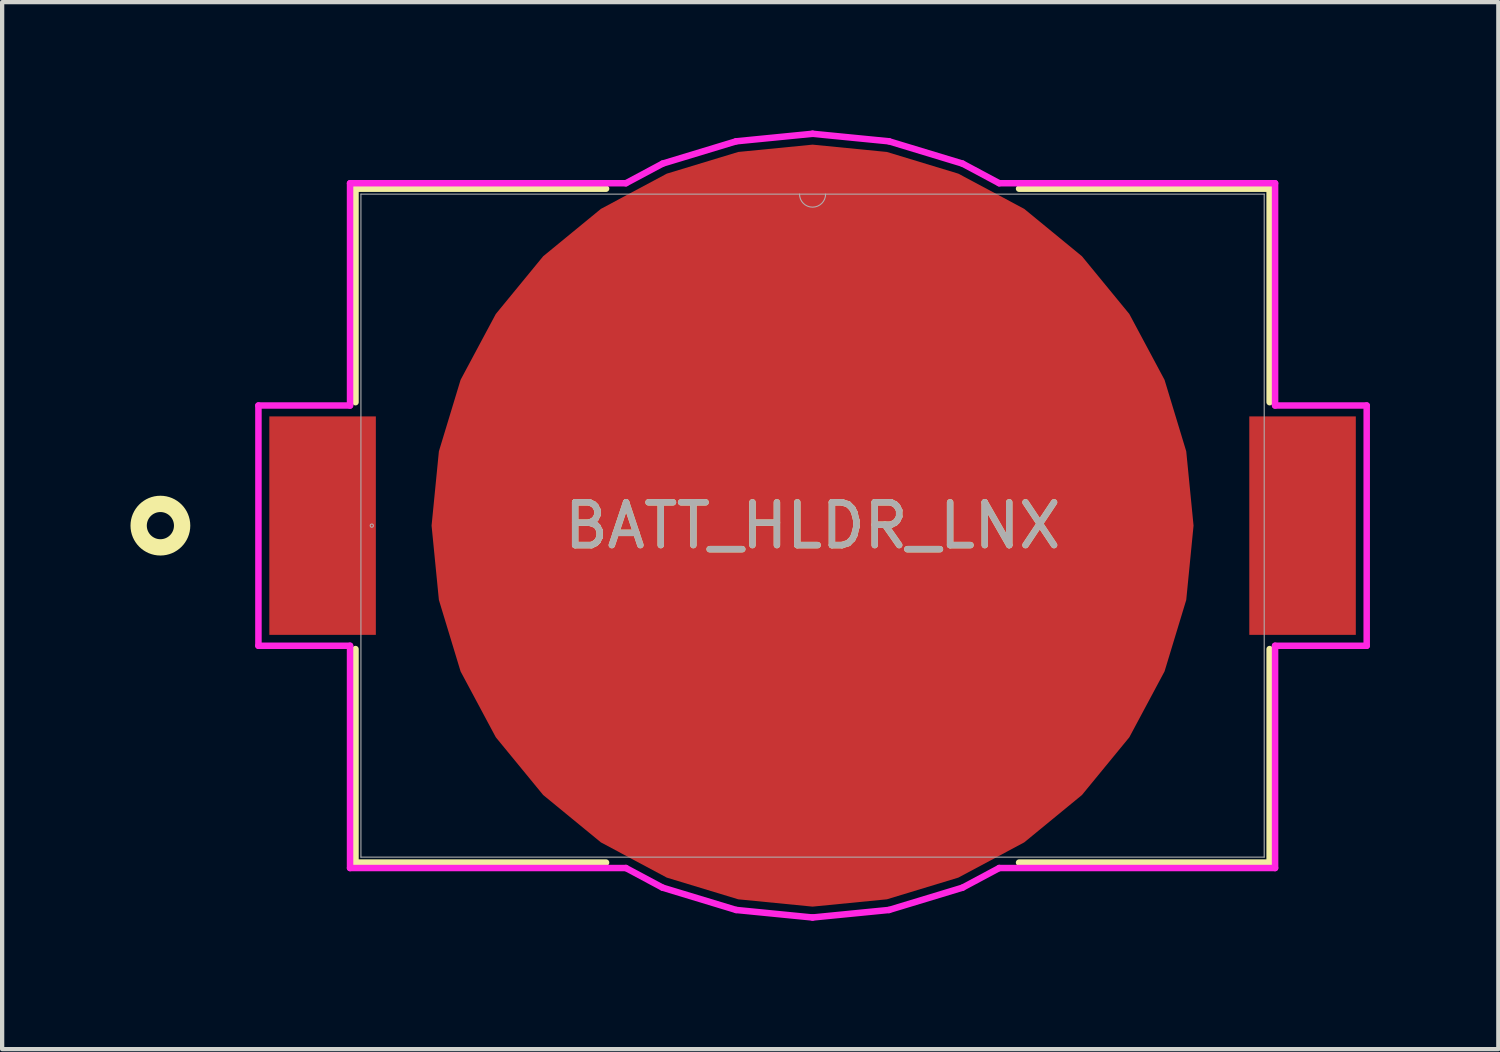
<source format=kicad_pcb>
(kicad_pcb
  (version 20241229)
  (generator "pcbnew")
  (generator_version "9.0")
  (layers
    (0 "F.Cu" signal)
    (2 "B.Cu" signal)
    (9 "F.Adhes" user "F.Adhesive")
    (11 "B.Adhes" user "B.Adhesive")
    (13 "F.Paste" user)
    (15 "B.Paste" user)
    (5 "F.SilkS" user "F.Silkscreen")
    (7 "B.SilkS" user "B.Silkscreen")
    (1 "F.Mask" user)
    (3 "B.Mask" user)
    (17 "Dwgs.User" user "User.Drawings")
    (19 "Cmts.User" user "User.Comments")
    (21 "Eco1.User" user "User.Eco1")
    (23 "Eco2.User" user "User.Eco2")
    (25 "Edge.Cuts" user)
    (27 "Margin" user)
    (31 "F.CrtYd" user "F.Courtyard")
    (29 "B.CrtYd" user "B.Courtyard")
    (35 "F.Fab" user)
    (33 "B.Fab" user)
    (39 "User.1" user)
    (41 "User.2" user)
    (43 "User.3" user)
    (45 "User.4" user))
  (footprint "BATT_HLDR_LNX"
    (layer "F.Cu")
    (at 15.938 9.233)
    (property "Reference" "BATT_HLDR_LNX" (at 0 0 0) (unlocked yes) (layer "F.SilkS") (effects (font (size 1 1) (thickness 0.15))))
    (attr smd)
    (fp_poly (pts (xy 8.903 0) (xy 8.732 -1.737) (xy 8.225 -3.407) (xy 7.402 -4.946) (xy 6.295 -6.295) (xy 4.946 -7.402) (xy 3.407 -8.225) (xy 1.737 -8.732) (xy 0 -8.903) (xy -1.737 -8.732) (xy -3.407 -8.225) (xy -4.946 -7.402) (xy -6.295 -6.295) (xy -7.402 -4.946) (xy -8.225 -3.407) (xy -8.732 -1.737) (xy -8.903 0) (xy -8.732 1.737) (xy -8.225 3.407) (xy -7.402 4.946) (xy -6.295 6.295) (xy -4.946 7.402) (xy -3.407 8.225) (xy -1.737 8.732) (xy 0 8.903) (xy 1.737 8.732) (xy 3.407 8.225) (xy 4.946 7.402) (xy 6.295 6.295) (xy 7.402 4.946) (xy 8.225 3.407) (xy 8.732 1.737)) (stroke (width 0) (type solid)) (fill yes) (layer "F.Cu"))
    (fp_poly (pts (xy 8.903 0) (xy 8.732 -1.737) (xy 8.225 -3.407) (xy 7.402 -4.946) (xy 6.295 -6.295) (xy 4.946 -7.402) (xy 3.407 -8.225) (xy 1.737 -8.732) (xy 0 -8.903) (xy -1.737 -8.732) (xy -3.407 -8.225) (xy -4.946 -7.402) (xy -6.295 -6.295) (xy -7.402 -4.946) (xy -8.225 -3.407) (xy -8.732 -1.737) (xy -8.903 0) (xy -8.732 1.737) (xy -8.225 3.407) (xy -7.402 4.946) (xy -6.295 6.295) (xy -4.946 7.402) (xy -3.407 8.225) (xy -1.737 8.732) (xy 0 8.903) (xy 1.737 8.732) (xy 3.407 8.225) (xy 4.946 7.402) (xy 6.295 6.295) (xy 7.402 4.946) (xy 8.225 3.407) (xy 8.732 1.737)) (stroke (width 0) (type solid)) (fill yes) (layer "F.Mask"))
    (fp_line (start -10.681 -7.874) (end -10.681 -2.885) (stroke (width 0.152) (type solid)) (layer "F.SilkS"))
    (fp_line (start -10.681 2.885) (end -10.681 7.874) (stroke (width 0.152) (type solid)) (layer "F.SilkS"))
    (fp_line (start -10.681 7.874) (end -4.826 7.874) (stroke (width 0.152) (type solid)) (layer "F.SilkS"))
    (fp_line (start -4.826 -7.874) (end -10.681 -7.874) (stroke (width 0.152) (type solid)) (layer "F.SilkS"))
    (fp_line (start 4.826 7.874) (end 10.681 7.874) (stroke (width 0.152) (type solid)) (layer "F.SilkS"))
    (fp_line (start 10.681 -7.874) (end 4.826 -7.874) (stroke (width 0.152) (type solid)) (layer "F.SilkS"))
    (fp_line (start 10.681 -2.885) (end 10.681 -7.874) (stroke (width 0.152) (type solid)) (layer "F.SilkS"))
    (fp_line (start 10.681 7.874) (end 10.681 2.885) (stroke (width 0.152) (type solid)) (layer "F.SilkS"))
    (fp_circle (center -15.24 0) (end -14.732 0) (stroke (width 0.381) (type solid)) (fill no) (layer "F.SilkS"))
    (fp_poly (pts (xy 8.903 0) (xy 8.732 -1.737) (xy 8.225 -3.407) (xy 7.402 -4.946) (xy 6.295 -6.295) (xy 4.946 -7.402) (xy 3.407 -8.225) (xy 1.737 -8.732) (xy 0 -8.903) (xy -1.737 -8.732) (xy -3.407 -8.225) (xy -4.946 -7.402) (xy -6.295 -6.295) (xy -7.402 -4.946) (xy -8.225 -3.407) (xy -8.732 -1.737) (xy -8.903 0) (xy -8.732 1.737) (xy -8.225 3.407) (xy -7.402 4.946) (xy -6.295 6.295) (xy -4.946 7.402) (xy -3.407 8.225) (xy -1.737 8.732) (xy 0 8.903) (xy 1.737 8.732) (xy 3.407 8.225) (xy 4.946 7.402) (xy 6.295 6.295) (xy 7.402 4.946) (xy 8.225 3.407) (xy 8.732 1.737)) (stroke (width 0) (type solid)) (fill yes) (layer "F.Paste"))
    (fp_line (start -12.949 -2.807) (end -12.949 2.807) (stroke (width 0.152) (type solid)) (layer "F.CrtYd"))
    (fp_line (start -12.949 2.807) (end -10.808 2.807) (stroke (width 0.152) (type solid)) (layer "F.CrtYd"))
    (fp_line (start -10.808 -8.001) (end -10.808 -2.807) (stroke (width 0.152) (type solid)) (layer "F.CrtYd"))
    (fp_line (start -10.808 -2.807) (end -12.949 -2.807) (stroke (width 0.152) (type solid)) (layer "F.CrtYd"))
    (fp_line (start -10.808 2.807) (end -10.808 8.001) (stroke (width 0.152) (type solid)) (layer "F.CrtYd"))
    (fp_line (start -10.808 8.001) (end -4.362 8.001) (stroke (width 0.152) (type solid)) (layer "F.CrtYd"))
    (fp_line (start -4.362 -8.001) (end -10.808 -8.001) (stroke (width 0.152) (type solid)) (layer "F.CrtYd"))
    (fp_line (start -4.362 8.001) (end -3.504 8.46) (stroke (width 0.152) (type solid)) (layer "F.CrtYd"))
    (fp_line (start -3.504 8.46) (end -1.786 8.981) (stroke (width 0.152) (type solid)) (layer "F.CrtYd"))
    (fp_line (start -3.504 -8.46) (end -4.362 -8.001) (stroke (width 0.152) (type solid)) (layer "F.CrtYd"))
    (fp_line (start -1.786 8.981) (end -0.000001 9.157) (stroke (width 0.152) (type solid)) (layer "F.CrtYd"))
    (fp_line (start -1.786 -8.981) (end -3.504 -8.46) (stroke (width 0.152) (type solid)) (layer "F.CrtYd"))
    (fp_line (start -0.000001 9.157) (end 1.786 8.981) (stroke (width 0.152) (type solid)) (layer "F.CrtYd"))
    (fp_line (start 0 -9.157) (end -1.786 -8.981) (stroke (width 0.152) (type solid)) (layer "F.CrtYd"))
    (fp_line (start 1.786 8.981) (end 3.504 8.46) (stroke (width 0.152) (type solid)) (layer "F.CrtYd"))
    (fp_line (start 1.786 -8.981) (end 0 -9.157) (stroke (width 0.152) (type solid)) (layer "F.CrtYd"))
    (fp_line (start 3.504 -8.46) (end 1.786 -8.981) (stroke (width 0.152) (type solid)) (layer "F.CrtYd"))
    (fp_line (start 3.504 8.46) (end 4.362 8.001) (stroke (width 0.152) (type solid)) (layer "F.CrtYd"))
    (fp_line (start 4.362 -8.001) (end 3.504 -8.46) (stroke (width 0.152) (type solid)) (layer "F.CrtYd"))
    (fp_line (start 4.362 8.001) (end 10.808 8.001) (stroke (width 0.152) (type solid)) (layer "F.CrtYd"))
    (fp_line (start 10.808 -8.001) (end 4.362 -8.001) (stroke (width 0.152) (type solid)) (layer "F.CrtYd"))
    (fp_line (start 10.808 -2.807) (end 10.808 -8.001) (stroke (width 0.152) (type solid)) (layer "F.CrtYd"))
    (fp_line (start 10.808 2.807) (end 12.949 2.807) (stroke (width 0.152) (type solid)) (layer "F.CrtYd"))
    (fp_line (start 10.808 8.001) (end 10.808 2.807) (stroke (width 0.152) (type solid)) (layer "F.CrtYd"))
    (fp_line (start 12.949 -2.807) (end 10.808 -2.807) (stroke (width 0.152) (type solid)) (layer "F.CrtYd"))
    (fp_line (start 12.949 2.807) (end 12.949 -2.807) (stroke (width 0.152) (type solid)) (layer "F.CrtYd"))
    (fp_line (start -10.554 -7.747) (end -10.554 7.747) (stroke (width 0.025) (type solid)) (layer "F.Fab"))
    (fp_line (start -10.554 7.747) (end 10.554 7.747) (stroke (width 0.025) (type solid)) (layer "F.Fab"))
    (fp_line (start 10.554 -7.747) (end -10.554 -7.747) (stroke (width 0.025) (type solid)) (layer "F.Fab"))
    (fp_line (start 10.554 7.747) (end 10.554 -7.747) (stroke (width 0.025) (type solid)) (layer "F.Fab"))
    (fp_arc (start 0.3048 -7.747) (mid 0 -7.4422) (end -0.3048 -7.747) (stroke (width 0.0254) (type solid)) (layer "F.Fab"))
    (fp_circle (center -10.3 0) (end -10.262 0) (stroke (width 0.025) (type solid)) (fill no) (layer "F.Fab"))
    (fp_text user "${REFERENCE}" (at 0 0 0) (unlocked yes) (layer "F.Fab") (effects (font (size 1 1) (thickness 0.15))))
    (pad "1" smd rect (at -11.45 0) (size 2.489 5.105) (layers "F.Cu" "F.Mask" "F.Paste"))
    (pad "2" smd circle (at 0 0) (size 5.08 5.08) (layers "F.Cu" "F.Mask" "F.Paste"))
    (pad "3" smd rect (at 11.45 0) (size 2.489 5.105) (layers "F.Cu" "F.Mask" "F.Paste")))
  (gr_rect
    (start -3 -3)
    (end 31.963 21.466)
    (stroke (width 0.1) (type default))
    (fill no)
    (layer "Edge.Cuts")))
</source>
